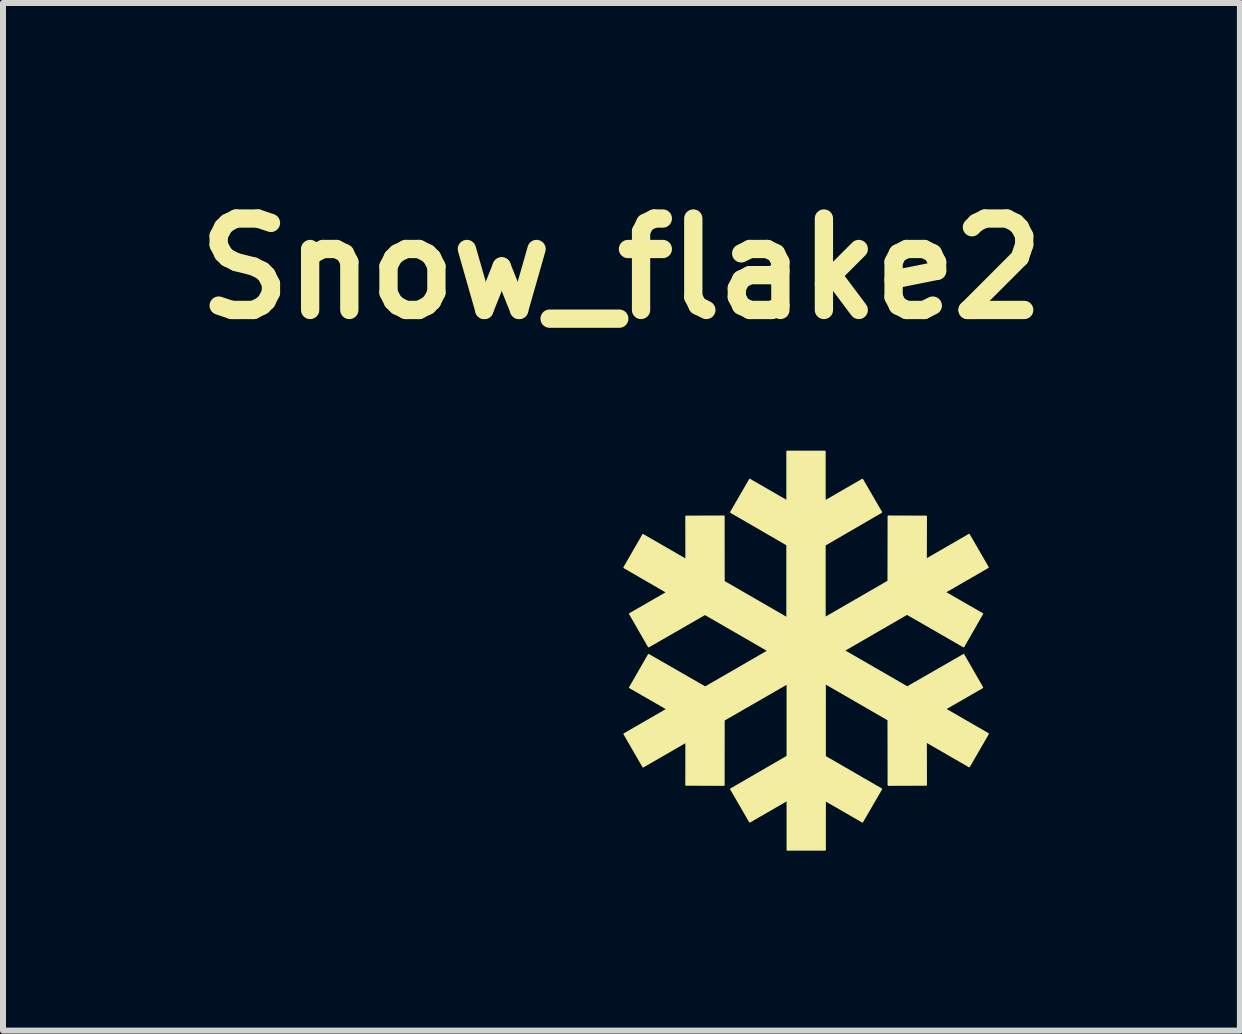
<source format=kicad_pcb>
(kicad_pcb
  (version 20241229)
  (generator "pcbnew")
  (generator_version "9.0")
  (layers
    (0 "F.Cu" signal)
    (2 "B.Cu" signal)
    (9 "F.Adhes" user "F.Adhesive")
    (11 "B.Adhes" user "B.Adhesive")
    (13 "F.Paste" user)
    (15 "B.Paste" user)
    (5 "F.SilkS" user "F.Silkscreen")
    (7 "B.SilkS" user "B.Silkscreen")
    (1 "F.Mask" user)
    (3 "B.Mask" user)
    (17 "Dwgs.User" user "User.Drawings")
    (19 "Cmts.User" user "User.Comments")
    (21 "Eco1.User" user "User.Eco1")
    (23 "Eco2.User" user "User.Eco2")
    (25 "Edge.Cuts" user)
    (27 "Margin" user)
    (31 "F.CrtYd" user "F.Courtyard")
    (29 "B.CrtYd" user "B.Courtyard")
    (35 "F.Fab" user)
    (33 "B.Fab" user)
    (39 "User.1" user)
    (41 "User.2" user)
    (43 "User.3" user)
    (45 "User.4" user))
  (footprint "Snow_flake2"
    (layer "F.Cu")
    (at 7.308 4.435)
    (property "Reference" "Snow_flake2" (at 0 -3.008 0) (layer "F.SilkS") (effects (font (size 1.524 1.524) (thickness 0.305))))
    (attr exclude_from_pos_files exclude_from_bom)
    (fp_poly (pts (xy 2.761 0.04) (xy 2.761 0.867) (xy 2.139 0.508) (xy 1.824 1.052) (xy 2.761 1.595) (xy 2.761 2.816) (xy 1.708 2.208) (xy 1.707 1.12) (xy 1.077 1.122) (xy 1.078 1.844) (xy 0.359 1.429) (xy 0.045 1.974) (xy 0.761 2.388) (xy 0.139 2.746) (xy 0.453 3.292) (xy 1.392 2.752) (xy 2.448 3.362) (xy 1.396 3.97) (xy 0.453 3.428) (xy 0.139 3.974) (xy 0.765 4.334) (xy 0.046 4.749) (xy 0.361 5.294) (xy 1.078 4.88) (xy 1.077 5.598) (xy 1.707 5.6) (xy 1.708 4.516) (xy 2.765 3.907) (xy 2.765 5.122) (xy 1.824 5.667) (xy 2.139 6.212) (xy 2.765 5.85) (xy 2.765 6.68) (xy 3.394 6.68) (xy 3.394 5.853) (xy 4.016 6.212) (xy 4.332 5.667) (xy 3.394 5.125) (xy 3.394 3.904) (xy 4.447 4.512) (xy 4.449 5.6) (xy 5.079 5.598) (xy 5.077 4.876) (xy 5.796 5.291) (xy 6.111 4.746) (xy 5.394 4.332) (xy 6.016 3.974) (xy 5.703 3.428) (xy 4.764 3.968) (xy 3.707 3.358) (xy 4.76 2.749) (xy 5.703 3.292) (xy 6.016 2.746) (xy 5.39 2.386) (xy 6.109 1.971) (xy 5.794 1.426) (xy 5.077 1.84) (xy 5.079 1.122) (xy 4.449 1.12) (xy 4.447 2.203) (xy 3.391 2.813) (xy 3.391 1.598) (xy 4.332 1.052) (xy 4.016 0.508) (xy 3.391 0.869) (xy 3.391 0.04) (xy 2.761 0.04)) (stroke (width 0.026) (type solid)) (fill yes) (layer "F.SilkS")))
  (gr_rect
    (start -3 -3)
    (end 17.616 14.128)
    (stroke (width 0.1) (type default))
    (fill no)
    (layer "Edge.Cuts")))
</source>
